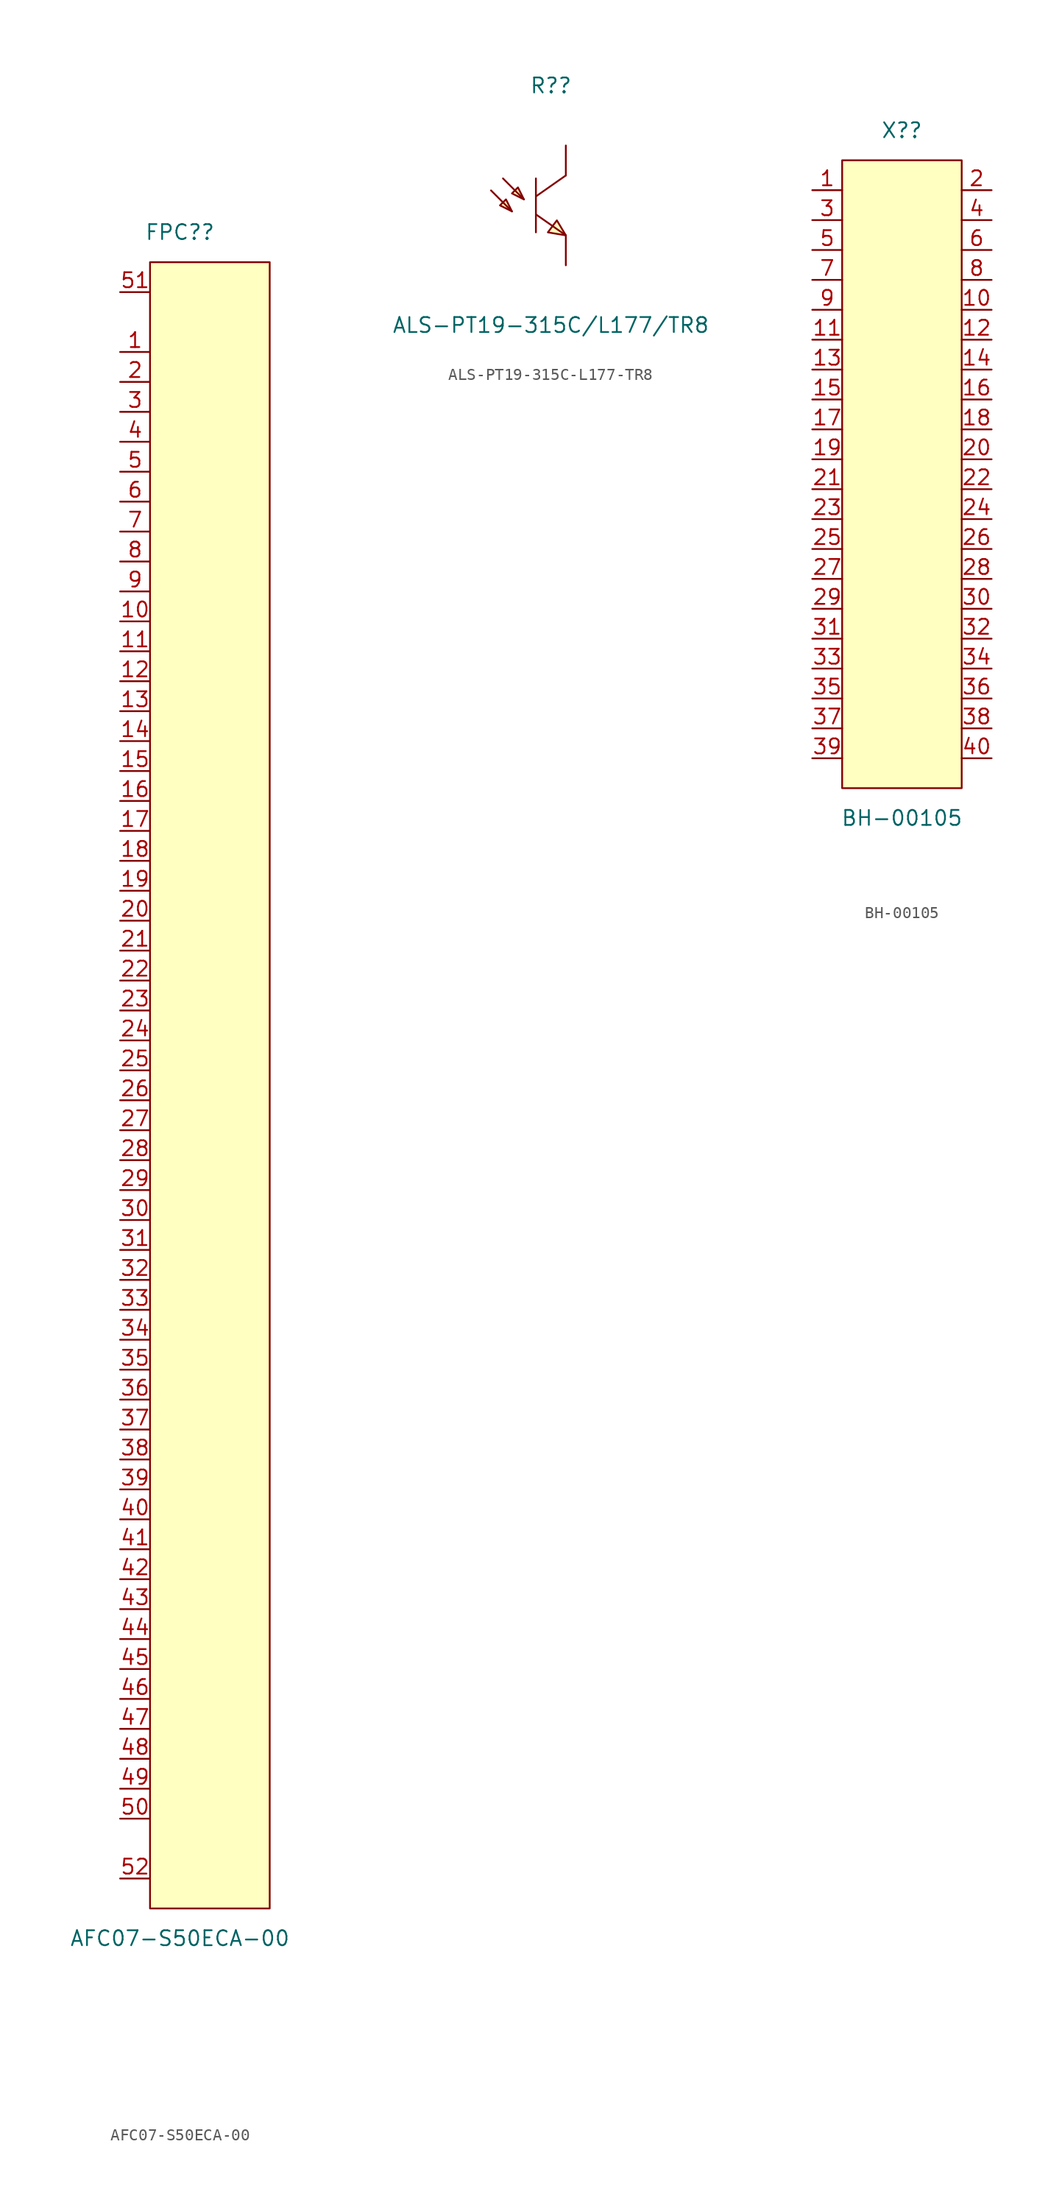
<source format=kicad_sym>
(kicad_symbol_lib
  (version 20211014)
  (generator kicad_symbol_editor)
  (symbol "AFC07-S50ECA-00"
    (pin_names hide)
    (property "Reference" "FPC?"
      (at 0 73.66 0)
      (effects (font (size 1.27 1.27))))
    (property "Value" "AFC07-S50ECA-00"
      (at 0 -71.12 0)
      (effects (font (size 1.27 1.27))))
    (symbol "AFC07-S50ECA-00_0_1"
      (rectangle (start -2.54 71.12) (end 7.62 -68.58) (stroke (width 0) (type default) (color 0 0 0 0)) (fill (type background)))
      (pin passive line (at -5.08 63.5 0) (length 2.54) (name "1" (effects (font (size 1.27 1.27)))) (number "1" (effects (font (size 1.27 1.27)))))
      (pin passive line (at -5.08 40.64 0) (length 2.54) (name "10" (effects (font (size 1.27 1.27)))) (number "10" (effects (font (size 1.27 1.27)))))
      (pin passive line (at -5.08 38.1 0) (length 2.54) (name "11" (effects (font (size 1.27 1.27)))) (number "11" (effects (font (size 1.27 1.27)))))
      (pin passive line (at -5.08 35.56 0) (length 2.54) (name "12" (effects (font (size 1.27 1.27)))) (number "12" (effects (font (size 1.27 1.27)))))
      (pin passive line (at -5.08 33.02 0) (length 2.54) (name "13" (effects (font (size 1.27 1.27)))) (number "13" (effects (font (size 1.27 1.27)))))
      (pin passive line (at -5.08 30.48 0) (length 2.54) (name "14" (effects (font (size 1.27 1.27)))) (number "14" (effects (font (size 1.27 1.27)))))
      (pin passive line (at -5.08 27.94 0) (length 2.54) (name "15" (effects (font (size 1.27 1.27)))) (number "15" (effects (font (size 1.27 1.27)))))
      (pin passive line (at -5.08 25.4 0) (length 2.54) (name "16" (effects (font (size 1.27 1.27)))) (number "16" (effects (font (size 1.27 1.27)))))
      (pin passive line (at -5.08 22.86 0) (length 2.54) (name "17" (effects (font (size 1.27 1.27)))) (number "17" (effects (font (size 1.27 1.27)))))
      (pin passive line (at -5.08 20.32 0) (length 2.54) (name "18" (effects (font (size 1.27 1.27)))) (number "18" (effects (font (size 1.27 1.27)))))
      (pin passive line (at -5.08 17.78 0) (length 2.54) (name "19" (effects (font (size 1.27 1.27)))) (number "19" (effects (font (size 1.27 1.27)))))
      (pin passive line (at -5.08 60.96 0) (length 2.54) (name "2" (effects (font (size 1.27 1.27)))) (number "2" (effects (font (size 1.27 1.27)))))
      (pin passive line (at -5.08 15.24 0) (length 2.54) (name "20" (effects (font (size 1.27 1.27)))) (number "20" (effects (font (size 1.27 1.27)))))
      (pin passive line (at -5.08 12.7 0) (length 2.54) (name "21" (effects (font (size 1.27 1.27)))) (number "21" (effects (font (size 1.27 1.27)))))
      (pin passive line (at -5.08 10.16 0) (length 2.54) (name "22" (effects (font (size 1.27 1.27)))) (number "22" (effects (font (size 1.27 1.27)))))
      (pin passive line (at -5.08 7.62 0) (length 2.54) (name "23" (effects (font (size 1.27 1.27)))) (number "23" (effects (font (size 1.27 1.27)))))
      (pin passive line (at -5.08 5.08 0) (length 2.54) (name "24" (effects (font (size 1.27 1.27)))) (number "24" (effects (font (size 1.27 1.27)))))
      (pin passive line (at -5.08 2.54 0) (length 2.54) (name "25" (effects (font (size 1.27 1.27)))) (number "25" (effects (font (size 1.27 1.27)))))
      (pin passive line (at -5.08 0 0) (length 2.54) (name "26" (effects (font (size 1.27 1.27)))) (number "26" (effects (font (size 1.27 1.27)))))
      (pin passive line (at -5.08 -2.54 0) (length 2.54) (name "27" (effects (font (size 1.27 1.27)))) (number "27" (effects (font (size 1.27 1.27)))))
      (pin passive line (at -5.08 -5.08 0) (length 2.54) (name "28" (effects (font (size 1.27 1.27)))) (number "28" (effects (font (size 1.27 1.27)))))
      (pin passive line (at -5.08 -7.62 0) (length 2.54) (name "29" (effects (font (size 1.27 1.27)))) (number "29" (effects (font (size 1.27 1.27)))))
      (pin passive line (at -5.08 58.42 0) (length 2.54) (name "3" (effects (font (size 1.27 1.27)))) (number "3" (effects (font (size 1.27 1.27)))))
      (pin passive line (at -5.08 -10.16 0) (length 2.54) (name "30" (effects (font (size 1.27 1.27)))) (number "30" (effects (font (size 1.27 1.27)))))
      (pin passive line (at -5.08 -12.7 0) (length 2.54) (name "31" (effects (font (size 1.27 1.27)))) (number "31" (effects (font (size 1.27 1.27)))))
      (pin passive line (at -5.08 -15.24 0) (length 2.54) (name "32" (effects (font (size 1.27 1.27)))) (number "32" (effects (font (size 1.27 1.27)))))
      (pin passive line (at -5.08 -17.78 0) (length 2.54) (name "33" (effects (font (size 1.27 1.27)))) (number "33" (effects (font (size 1.27 1.27)))))
      (pin passive line (at -5.08 -20.32 0) (length 2.54) (name "34" (effects (font (size 1.27 1.27)))) (number "34" (effects (font (size 1.27 1.27)))))
      (pin passive line (at -5.08 -22.86 0) (length 2.54) (name "35" (effects (font (size 1.27 1.27)))) (number "35" (effects (font (size 1.27 1.27)))))
      (pin passive line (at -5.08 -25.4 0) (length 2.54) (name "36" (effects (font (size 1.27 1.27)))) (number "36" (effects (font (size 1.27 1.27)))))
      (pin passive line (at -5.08 -27.94 0) (length 2.54) (name "37" (effects (font (size 1.27 1.27)))) (number "37" (effects (font (size 1.27 1.27)))))
      (pin passive line (at -5.08 -30.48 0) (length 2.54) (name "38" (effects (font (size 1.27 1.27)))) (number "38" (effects (font (size 1.27 1.27)))))
      (pin passive line (at -5.08 -33.02 0) (length 2.54) (name "39" (effects (font (size 1.27 1.27)))) (number "39" (effects (font (size 1.27 1.27)))))
      (pin passive line (at -5.08 55.88 0) (length 2.54) (name "4" (effects (font (size 1.27 1.27)))) (number "4" (effects (font (size 1.27 1.27)))))
      (pin passive line (at -5.08 -35.56 0) (length 2.54) (name "40" (effects (font (size 1.27 1.27)))) (number "40" (effects (font (size 1.27 1.27)))))
      (pin passive line (at -5.08 -38.1 0) (length 2.54) (name "41" (effects (font (size 1.27 1.27)))) (number "41" (effects (font (size 1.27 1.27)))))
      (pin passive line (at -5.08 -40.64 0) (length 2.54) (name "42" (effects (font (size 1.27 1.27)))) (number "42" (effects (font (size 1.27 1.27)))))
      (pin passive line (at -5.08 -43.18 0) (length 2.54) (name "43" (effects (font (size 1.27 1.27)))) (number "43" (effects (font (size 1.27 1.27)))))
      (pin passive line (at -5.08 -45.72 0) (length 2.54) (name "44" (effects (font (size 1.27 1.27)))) (number "44" (effects (font (size 1.27 1.27)))))
      (pin passive line (at -5.08 -48.26 0) (length 2.54) (name "45" (effects (font (size 1.27 1.27)))) (number "45" (effects (font (size 1.27 1.27)))))
      (pin passive line (at -5.08 -50.8 0) (length 2.54) (name "46" (effects (font (size 1.27 1.27)))) (number "46" (effects (font (size 1.27 1.27)))))
      (pin passive line (at -5.08 -53.34 0) (length 2.54) (name "47" (effects (font (size 1.27 1.27)))) (number "47" (effects (font (size 1.27 1.27)))))
      (pin passive line (at -5.08 -55.88 0) (length 2.54) (name "48" (effects (font (size 1.27 1.27)))) (number "48" (effects (font (size 1.27 1.27)))))
      (pin passive line (at -5.08 -58.42 0) (length 2.54) (name "49" (effects (font (size 1.27 1.27)))) (number "49" (effects (font (size 1.27 1.27)))))
      (pin passive line (at -5.08 53.34 0) (length 2.54) (name "5" (effects (font (size 1.27 1.27)))) (number "5" (effects (font (size 1.27 1.27)))))
      (pin passive line (at -5.08 -60.96 0) (length 2.54) (name "50" (effects (font (size 1.27 1.27)))) (number "50" (effects (font (size 1.27 1.27)))))
      (pin passive line (at -5.08 68.58 0) (length 2.54) (name "51" (effects (font (size 1.27 1.27)))) (number "51" (effects (font (size 1.27 1.27)))))
      (pin passive line (at -5.08 -66.04 0) (length 2.54) (name "52" (effects (font (size 1.27 1.27)))) (number "52" (effects (font (size 1.27 1.27)))))
      (pin passive line (at -5.08 50.8 0) (length 2.54) (name "6" (effects (font (size 1.27 1.27)))) (number "6" (effects (font (size 1.27 1.27)))))
      (pin passive line (at -5.08 48.26 0) (length 2.54) (name "7" (effects (font (size 1.27 1.27)))) (number "7" (effects (font (size 1.27 1.27)))))
      (pin passive line (at -5.08 45.72 0) (length 2.54) (name "8" (effects (font (size 1.27 1.27)))) (number "8" (effects (font (size 1.27 1.27)))))
      (pin passive line (at -5.08 43.18 0) (length 2.54) (name "9" (effects (font (size 1.27 1.27)))) (number "9" (effects (font (size 1.27 1.27)))))))
  (symbol "ALS-PT19-315C-L177-TR8"
    (pin_numbers hide)
    (pin_names hide)
    (property "Reference" "R?"
      (at 0 10.16 0)
      (effects (font (size 1.27 1.27))))
    (property "Value" "ALS-PT19-315C/L177/TR8"
      (at 0 -10.16 0)
      (effects (font (size 1.27 1.27))))
    (symbol "ALS-PT19-315C-L177-TR8_0_1"
      (polyline (pts (xy -5.08 1.27) (xy -3.302 -0.508)) (stroke (width 0) (type default) (color 0 0 0 0)) (fill (type none)))
      (polyline (pts (xy -4.064 2.286) (xy -2.286 0.508)) (stroke (width 0) (type default) (color 0 0 0 0)) (fill (type none)))
      (polyline (pts (xy -1.27 -0.762) (xy 1.27 -2.54)) (stroke (width 0) (type default) (color 0 0 0 0)) (fill (type none)))
      (polyline (pts (xy -1.27 2.286) (xy -1.27 -2.286)) (stroke (width 0) (type default) (color 0 0 0 0)) (fill (type none)))
      (polyline (pts (xy 1.27 2.54) (xy -1.27 0.762)) (stroke (width 0) (type default) (color 0 0 0 0)) (fill (type none)))
      (polyline (pts (xy -3.302 -0.508) (xy -3.81 0.508) (xy -4.318 0) (xy -3.302 -0.508)) (stroke (width 0) (type default) (color 0 0 0 0)) (fill (type background)))
      (polyline (pts (xy -2.286 0.508) (xy -2.794 1.524) (xy -3.302 1.016) (xy -2.286 0.508)) (stroke (width 0) (type default) (color 0 0 0 0)) (fill (type background)))
      (polyline (pts (xy 1.27 -2.54) (xy 0.508 -1.27) (xy -0.254 -2.286) (xy 1.27 -2.54)) (stroke (width 0) (type default) (color 0 0 0 0)) (fill (type background)))
      (pin passive line (at 1.27 5.08 270) (length 2.54) (name "1" (effects (font (size 1.27 1.27)))) (number "1" (effects (font (size 1.27 1.27)))))
      (pin passive line (at 1.27 -5.08 90) (length 2.54) (name "2" (effects (font (size 1.27 1.27)))) (number "2" (effects (font (size 1.27 1.27)))))))
  (symbol "BH-00105"
    (pin_names hide)
    (property "Reference" "X?"
      (at 0 25.4 0)
      (effects (font (size 1.27 1.27))))
    (property "Value" "BH-00105"
      (at 0 -33.02 0)
      (effects (font (size 1.27 1.27))))
    (symbol "BH-00105_0_1"
      (rectangle (start -5.08 22.86) (end 5.08 -30.48) (stroke (width 0) (type default) (color 0 0 0 0)) (fill (type background)))
      (pin passive line (at -7.62 20.32 0) (length 2.54) (name "1" (effects (font (size 1.27 1.27)))) (number "1" (effects (font (size 1.27 1.27)))))
      (pin passive line (at 7.62 10.16 180) (length 2.54) (name "10" (effects (font (size 1.27 1.27)))) (number "10" (effects (font (size 1.27 1.27)))))
      (pin passive line (at -7.62 7.62 0) (length 2.54) (name "11" (effects (font (size 1.27 1.27)))) (number "11" (effects (font (size 1.27 1.27)))))
      (pin passive line (at 7.62 7.62 180) (length 2.54) (name "12" (effects (font (size 1.27 1.27)))) (number "12" (effects (font (size 1.27 1.27)))))
      (pin passive line (at -7.62 5.08 0) (length 2.54) (name "13" (effects (font (size 1.27 1.27)))) (number "13" (effects (font (size 1.27 1.27)))))
      (pin passive line (at 7.62 5.08 180) (length 2.54) (name "14" (effects (font (size 1.27 1.27)))) (number "14" (effects (font (size 1.27 1.27)))))
      (pin passive line (at -7.62 2.54 0) (length 2.54) (name "15" (effects (font (size 1.27 1.27)))) (number "15" (effects (font (size 1.27 1.27)))))
      (pin passive line (at 7.62 2.54 180) (length 2.54) (name "16" (effects (font (size 1.27 1.27)))) (number "16" (effects (font (size 1.27 1.27)))))
      (pin passive line (at -7.62 0 0) (length 2.54) (name "17" (effects (font (size 1.27 1.27)))) (number "17" (effects (font (size 1.27 1.27)))))
      (pin passive line (at 7.62 0 180) (length 2.54) (name "18" (effects (font (size 1.27 1.27)))) (number "18" (effects (font (size 1.27 1.27)))))
      (pin passive line (at -7.62 -2.54 0) (length 2.54) (name "19" (effects (font (size 1.27 1.27)))) (number "19" (effects (font (size 1.27 1.27)))))
      (pin passive line (at 7.62 20.32 180) (length 2.54) (name "2" (effects (font (size 1.27 1.27)))) (number "2" (effects (font (size 1.27 1.27)))))
      (pin passive line (at 7.62 -2.54 180) (length 2.54) (name "20" (effects (font (size 1.27 1.27)))) (number "20" (effects (font (size 1.27 1.27)))))
      (pin passive line (at -7.62 -5.08 0) (length 2.54) (name "21" (effects (font (size 1.27 1.27)))) (number "21" (effects (font (size 1.27 1.27)))))
      (pin passive line (at 7.62 -5.08 180) (length 2.54) (name "22" (effects (font (size 1.27 1.27)))) (number "22" (effects (font (size 1.27 1.27)))))
      (pin passive line (at -7.62 -7.62 0) (length 2.54) (name "23" (effects (font (size 1.27 1.27)))) (number "23" (effects (font (size 1.27 1.27)))))
      (pin passive line (at 7.62 -7.62 180) (length 2.54) (name "24" (effects (font (size 1.27 1.27)))) (number "24" (effects (font (size 1.27 1.27)))))
      (pin passive line (at -7.62 -10.16 0) (length 2.54) (name "25" (effects (font (size 1.27 1.27)))) (number "25" (effects (font (size 1.27 1.27)))))
      (pin passive line (at 7.62 -10.16 180) (length 2.54) (name "26" (effects (font (size 1.27 1.27)))) (number "26" (effects (font (size 1.27 1.27)))))
      (pin passive line (at -7.62 -12.7 0) (length 2.54) (name "27" (effects (font (size 1.27 1.27)))) (number "27" (effects (font (size 1.27 1.27)))))
      (pin passive line (at 7.62 -12.7 180) (length 2.54) (name "28" (effects (font (size 1.27 1.27)))) (number "28" (effects (font (size 1.27 1.27)))))
      (pin passive line (at -7.62 -15.24 0) (length 2.54) (name "29" (effects (font (size 1.27 1.27)))) (number "29" (effects (font (size 1.27 1.27)))))
      (pin passive line (at -7.62 17.78 0) (length 2.54) (name "3" (effects (font (size 1.27 1.27)))) (number "3" (effects (font (size 1.27 1.27)))))
      (pin passive line (at 7.62 -15.24 180) (length 2.54) (name "30" (effects (font (size 1.27 1.27)))) (number "30" (effects (font (size 1.27 1.27)))))
      (pin passive line (at -7.62 -17.78 0) (length 2.54) (name "31" (effects (font (size 1.27 1.27)))) (number "31" (effects (font (size 1.27 1.27)))))
      (pin passive line (at 7.62 -17.78 180) (length 2.54) (name "32" (effects (font (size 1.27 1.27)))) (number "32" (effects (font (size 1.27 1.27)))))
      (pin passive line (at -7.62 -20.32 0) (length 2.54) (name "33" (effects (font (size 1.27 1.27)))) (number "33" (effects (font (size 1.27 1.27)))))
      (pin passive line (at 7.62 -20.32 180) (length 2.54) (name "34" (effects (font (size 1.27 1.27)))) (number "34" (effects (font (size 1.27 1.27)))))
      (pin passive line (at -7.62 -22.86 0) (length 2.54) (name "35" (effects (font (size 1.27 1.27)))) (number "35" (effects (font (size 1.27 1.27)))))
      (pin passive line (at 7.62 -22.86 180) (length 2.54) (name "36" (effects (font (size 1.27 1.27)))) (number "36" (effects (font (size 1.27 1.27)))))
      (pin passive line (at -7.62 -25.4 0) (length 2.54) (name "37" (effects (font (size 1.27 1.27)))) (number "37" (effects (font (size 1.27 1.27)))))
      (pin passive line (at 7.62 -25.4 180) (length 2.54) (name "38" (effects (font (size 1.27 1.27)))) (number "38" (effects (font (size 1.27 1.27)))))
      (pin passive line (at -7.62 -27.94 0) (length 2.54) (name "39" (effects (font (size 1.27 1.27)))) (number "39" (effects (font (size 1.27 1.27)))))
      (pin passive line (at 7.62 17.78 180) (length 2.54) (name "4" (effects (font (size 1.27 1.27)))) (number "4" (effects (font (size 1.27 1.27)))))
      (pin passive line (at 7.62 -27.94 180) (length 2.54) (name "40" (effects (font (size 1.27 1.27)))) (number "40" (effects (font (size 1.27 1.27)))))
      (pin passive line (at -7.62 15.24 0) (length 2.54) (name "5" (effects (font (size 1.27 1.27)))) (number "5" (effects (font (size 1.27 1.27)))))
      (pin passive line (at 7.62 15.24 180) (length 2.54) (name "6" (effects (font (size 1.27 1.27)))) (number "6" (effects (font (size 1.27 1.27)))))
      (pin passive line (at -7.62 12.7 0) (length 2.54) (name "7" (effects (font (size 1.27 1.27)))) (number "7" (effects (font (size 1.27 1.27)))))
      (pin passive line (at 7.62 12.7 180) (length 2.54) (name "8" (effects (font (size 1.27 1.27)))) (number "8" (effects (font (size 1.27 1.27)))))
      (pin passive line (at -7.62 10.16 0) (length 2.54) (name "9" (effects (font (size 1.27 1.27)))) (number "9" (effects (font (size 1.27 1.27))))))))
</source>
